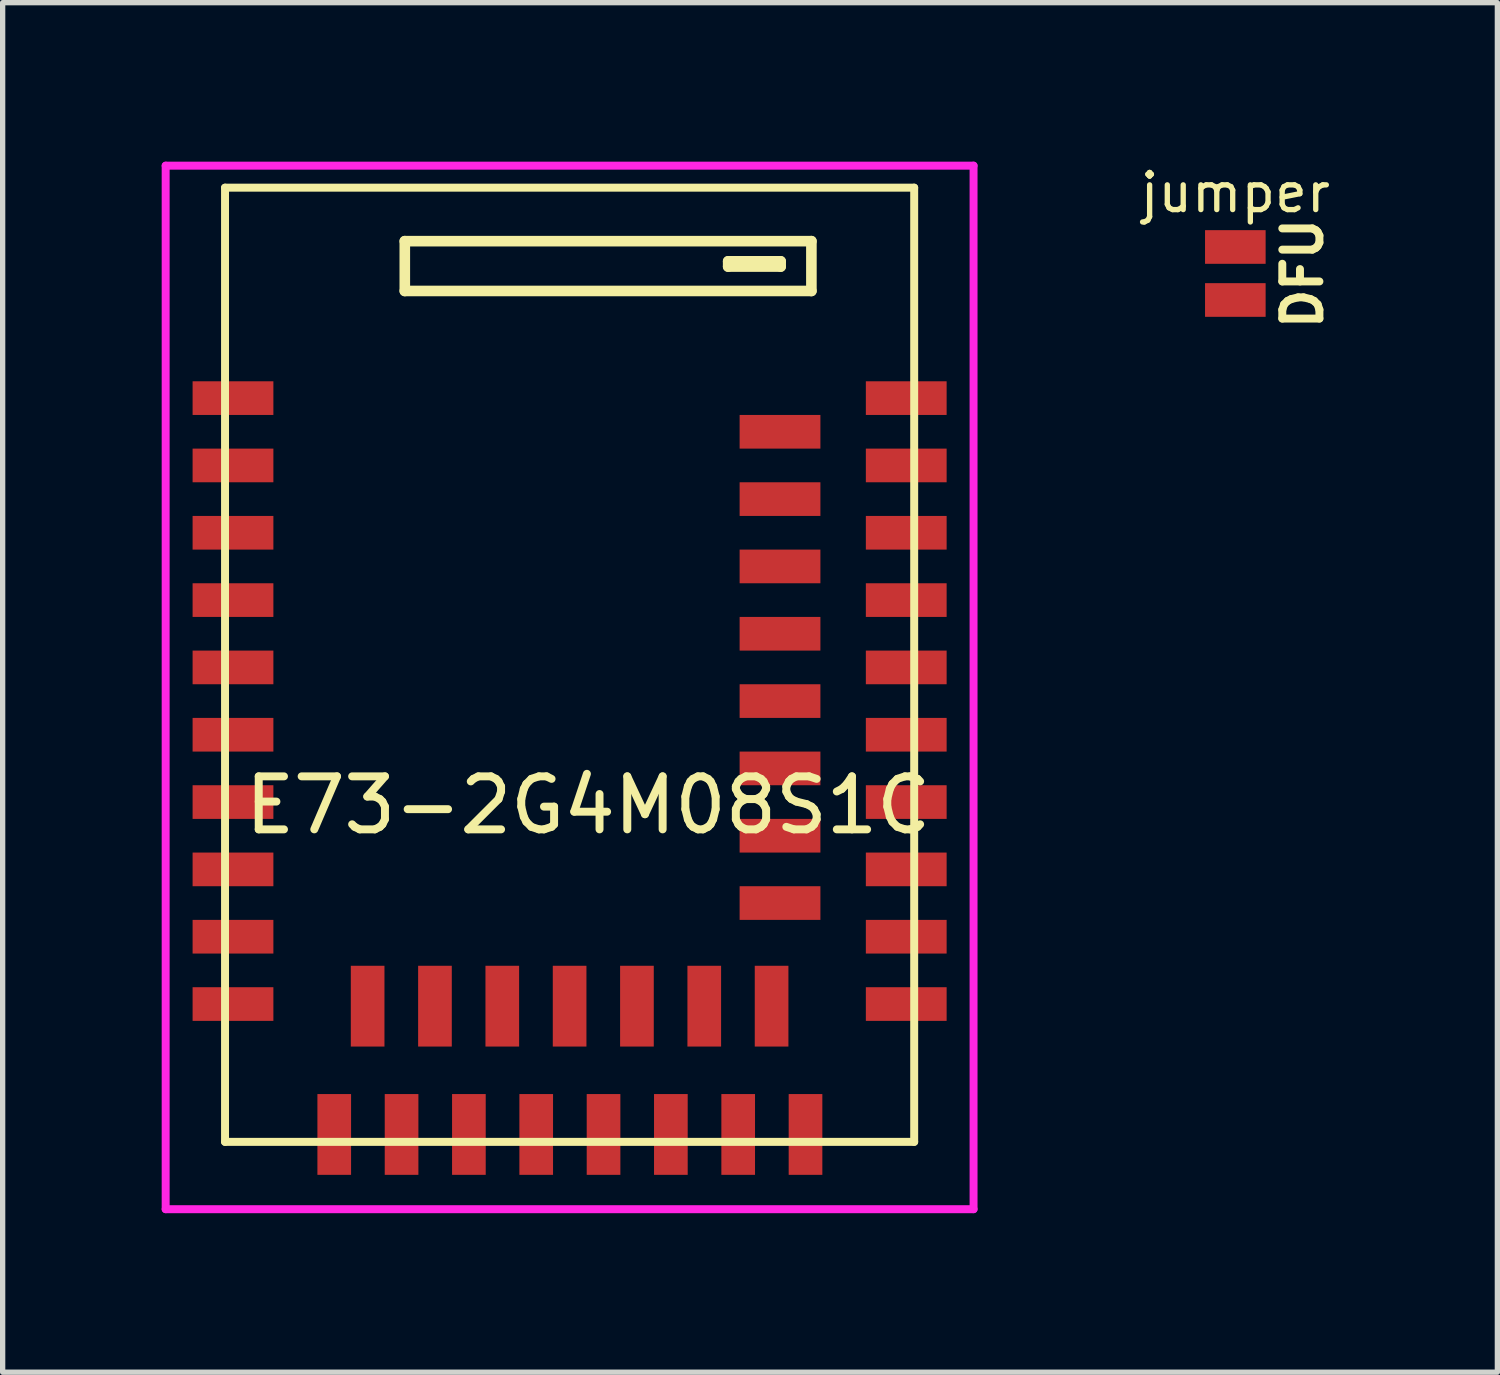
<source format=kicad_pcb>
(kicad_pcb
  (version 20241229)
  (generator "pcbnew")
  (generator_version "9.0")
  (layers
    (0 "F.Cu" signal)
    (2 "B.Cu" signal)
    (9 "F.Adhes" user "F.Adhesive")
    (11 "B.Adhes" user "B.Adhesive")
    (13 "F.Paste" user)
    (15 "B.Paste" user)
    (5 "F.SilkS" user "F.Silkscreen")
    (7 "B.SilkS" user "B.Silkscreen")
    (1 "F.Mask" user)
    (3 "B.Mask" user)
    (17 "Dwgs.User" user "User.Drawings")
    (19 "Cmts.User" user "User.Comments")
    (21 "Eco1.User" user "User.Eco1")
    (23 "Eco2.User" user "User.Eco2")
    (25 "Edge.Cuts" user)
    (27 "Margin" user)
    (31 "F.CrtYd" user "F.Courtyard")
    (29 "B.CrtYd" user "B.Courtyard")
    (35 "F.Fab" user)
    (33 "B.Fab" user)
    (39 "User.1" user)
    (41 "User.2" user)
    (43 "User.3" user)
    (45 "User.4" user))
  (footprint "E73-2G4M08S1C"
    (layer "F.Cu")
    (at 7.695 9.6)
    (property "Reference" "E73-2G4M08S1C" (at 0.35 2.54 0) (layer "F.SilkS") (effects (font (size 1 1) (thickness 0.15))))
    (attr through_hole)
    (fp_line (start -6.5 -9.11) (end 6.5 -9.11) (stroke (width 0.15) (type solid)) (layer "F.SilkS"))
    (fp_line (start -6.5 8.89) (end -6.5 -9.11) (stroke (width 0.15) (type solid)) (layer "F.SilkS"))
    (fp_line (start -3.109 -8.101) (end 4.561 -8.101) (stroke (width 0.2) (type solid)) (layer "F.SilkS"))
    (fp_line (start -3.109 -7.161) (end -3.109 -8.101) (stroke (width 0.2) (type solid)) (layer "F.SilkS"))
    (fp_line (start 2.991 -7.721) (end 3.981 -7.721) (stroke (width 0.2) (type solid)) (layer "F.SilkS"))
    (fp_line (start 2.991 -7.621) (end 2.991 -7.721) (stroke (width 0.2) (type solid)) (layer "F.SilkS"))
    (fp_line (start 3.981 -7.721) (end 3.981 -7.621) (stroke (width 0.2) (type solid)) (layer "F.SilkS"))
    (fp_line (start 3.981 -7.621) (end 2.991 -7.621) (stroke (width 0.2) (type solid)) (layer "F.SilkS"))
    (fp_line (start 4.561 -8.101) (end 4.561 -7.161) (stroke (width 0.2) (type solid)) (layer "F.SilkS"))
    (fp_line (start 4.561 -7.161) (end -3.109 -7.161) (stroke (width 0.2) (type solid)) (layer "F.SilkS"))
    (fp_line (start 6.5 -9.11) (end 6.5 8.89) (stroke (width 0.15) (type solid)) (layer "F.SilkS"))
    (fp_line (start 6.5 8.89) (end -6.5 8.89) (stroke (width 0.15) (type solid)) (layer "F.SilkS"))
    (fp_line (start -7.62 -9.525) (end -7.62 10.16) (stroke (width 0.15) (type solid)) (layer "F.CrtYd"))
    (fp_line (start -7.62 10.16) (end 7.62 10.16) (stroke (width 0.15) (type solid)) (layer "F.CrtYd"))
    (fp_line (start 7.62 -9.525) (end -7.62 -9.525) (stroke (width 0.15) (type solid)) (layer "F.CrtYd"))
    (fp_line (start 7.62 10.16) (end 7.62 -9.525) (stroke (width 0.15) (type solid)) (layer "F.CrtYd"))
    (pad "1" smd rect (at -6.35 -5.14) (size 1.524 0.635) (layers "F.Cu" "F.Mask" "F.Paste"))
    (pad "2" smd rect (at -6.35 -3.87) (size 1.524 0.635) (layers "F.Cu" "F.Mask" "F.Paste"))
    (pad "3" smd rect (at -6.35 -2.6) (size 1.524 0.635) (layers "F.Cu" "F.Mask" "F.Paste"))
    (pad "4" smd rect (at -6.35 -1.33) (size 1.524 0.635) (layers "F.Cu" "F.Mask" "F.Paste"))
    (pad "5" smd rect (at -6.35 -0.06) (size 1.524 0.635) (layers "F.Cu" "F.Mask" "F.Paste"))
    (pad "6" smd rect (at -6.35 1.21) (size 1.524 0.635) (layers "F.Cu" "F.Mask" "F.Paste"))
    (pad "7" smd rect (at -6.35 2.48) (size 1.524 0.635) (layers "F.Cu" "F.Mask" "F.Paste"))
    (pad "8" smd rect (at -6.35 3.75) (size 1.524 0.635) (layers "F.Cu" "F.Mask" "F.Paste"))
    (pad "9" smd rect (at -6.35 5.02) (size 1.524 0.635) (layers "F.Cu" "F.Mask" "F.Paste"))
    (pad "10" smd rect (at -6.35 6.29) (size 1.524 0.635) (layers "F.Cu" "F.Mask" "F.Paste"))
    (pad "11" smd rect (at -4.44 8.75 90) (size 1.524 0.635) (layers "F.Cu" "F.Mask" "F.Paste"))
    (pad "12" smd rect (at -3.81 6.33 90) (size 1.524 0.635) (layers "F.Cu" "F.Mask" "F.Paste"))
    (pad "13" smd rect (at -3.17 8.75 90) (size 1.524 0.635) (layers "F.Cu" "F.Mask" "F.Paste"))
    (pad "14" smd rect (at -2.54 6.33 90) (size 1.524 0.635) (layers "F.Cu" "F.Mask" "F.Paste"))
    (pad "15" smd rect (at -1.9 8.75 90) (size 1.524 0.635) (layers "F.Cu" "F.Mask" "F.Paste"))
    (pad "16" smd rect (at -1.27 6.33 90) (size 1.524 0.635) (layers "F.Cu" "F.Mask" "F.Paste"))
    (pad "17" smd rect (at -0.63 8.75 90) (size 1.524 0.635) (layers "F.Cu" "F.Mask" "F.Paste"))
    (pad "18" smd rect (at 0 6.33 90) (size 1.524 0.635) (layers "F.Cu" "F.Mask" "F.Paste"))
    (pad "19" smd rect (at 0.64 8.75 90) (size 1.524 0.635) (layers "F.Cu" "F.Mask" "F.Paste"))
    (pad "20" smd rect (at 1.27 6.33 90) (size 1.524 0.635) (layers "F.Cu" "F.Mask" "F.Paste"))
    (pad "21" smd rect (at 1.91 8.75 90) (size 1.524 0.635) (layers "F.Cu" "F.Mask" "F.Paste"))
    (pad "22" smd rect (at 2.54 6.33 90) (size 1.524 0.635) (layers "F.Cu" "F.Mask" "F.Paste"))
    (pad "23" smd rect (at 3.18 8.75 90) (size 1.524 0.635) (layers "F.Cu" "F.Mask" "F.Paste"))
    (pad "24" smd rect (at 3.81 6.33 90) (size 1.524 0.635) (layers "F.Cu" "F.Mask" "F.Paste"))
    (pad "25" smd rect (at 4.45 8.75 90) (size 1.524 0.635) (layers "F.Cu" "F.Mask" "F.Paste"))
    (pad "26" smd rect (at 6.35 6.29) (size 1.524 0.635) (layers "F.Cu" "F.Mask" "F.Paste"))
    (pad "27" smd rect (at 6.35 5.02) (size 1.524 0.635) (layers "F.Cu" "F.Mask" "F.Paste"))
    (pad "28" smd rect (at 3.969 4.385 180) (size 1.524 0.635) (layers "F.Cu" "F.Mask" "F.Paste"))
    (pad "29" smd rect (at 6.35 3.75) (size 1.524 0.635) (layers "F.Cu" "F.Mask" "F.Paste"))
    (pad "30" smd rect (at 3.969 3.115 180) (size 1.524 0.635) (layers "F.Cu" "F.Mask" "F.Paste"))
    (pad "31" smd rect (at 6.35 2.48) (size 1.524 0.635) (layers "F.Cu" "F.Mask" "F.Paste"))
    (pad "32" smd rect (at 3.969 1.845 180) (size 1.524 0.635) (layers "F.Cu" "F.Mask" "F.Paste"))
    (pad "33" smd rect (at 6.35 1.21) (size 1.524 0.635) (layers "F.Cu" "F.Mask" "F.Paste"))
    (pad "34" smd rect (at 3.969 0.575 180) (size 1.524 0.635) (layers "F.Cu" "F.Mask" "F.Paste"))
    (pad "35" smd rect (at 6.35 -0.06) (size 1.524 0.635) (layers "F.Cu" "F.Mask" "F.Paste"))
    (pad "36" smd rect (at 3.969 -0.695 180) (size 1.524 0.635) (layers "F.Cu" "F.Mask" "F.Paste"))
    (pad "37" smd rect (at 6.35 -1.33) (size 1.524 0.635) (layers "F.Cu" "F.Mask" "F.Paste"))
    (pad "38" smd rect (at 3.969 -1.965 180) (size 1.524 0.635) (layers "F.Cu" "F.Mask" "F.Paste"))
    (pad "39" smd rect (at 6.35 -2.6) (size 1.524 0.635) (layers "F.Cu" "F.Mask" "F.Paste"))
    (pad "40" smd rect (at 3.969 -3.235 180) (size 1.524 0.635) (layers "F.Cu" "F.Mask" "F.Paste"))
    (pad "41" smd rect (at 6.35 -3.87) (size 1.524 0.635) (layers "F.Cu" "F.Mask" "F.Paste"))
    (pad "42" smd rect (at 3.969 -4.505 180) (size 1.524 0.635) (layers "F.Cu" "F.Mask" "F.Paste"))
    (pad "43" smd rect (at 6.35 -5.14) (size 1.524 0.635) (layers "F.Cu" "F.Mask" "F.Paste")))
  (footprint "jumper"
    (layer "F.Cu")
    (at 20.253 2.109)
    (property "Reference" "jumper" (at 0 -1.524 0) (layer "F.SilkS") (effects (font (size 0.7 0.7) (thickness 0.1))))
    (attr smd)
    (fp_text user "DFU" (at 1.27 0 90) (layer "F.SilkS") (effects (font (size 0.7 0.7) (thickness 0.15))))
    (pad "1" smd rect (at 0 0.5 90) (size 0.635 1.143) (layers "F.Cu" "F.Mask" "F.Paste"))
    (pad "2" smd rect (at 0 -0.5 90) (size 0.635 1.143) (layers "F.Cu" "F.Mask" "F.Paste")))
  (gr_rect
    (start -3 -3)
    (end 25.196 22.835)
    (stroke (width 0.1) (type default))
    (fill no)
    (layer "Edge.Cuts")))
</source>
